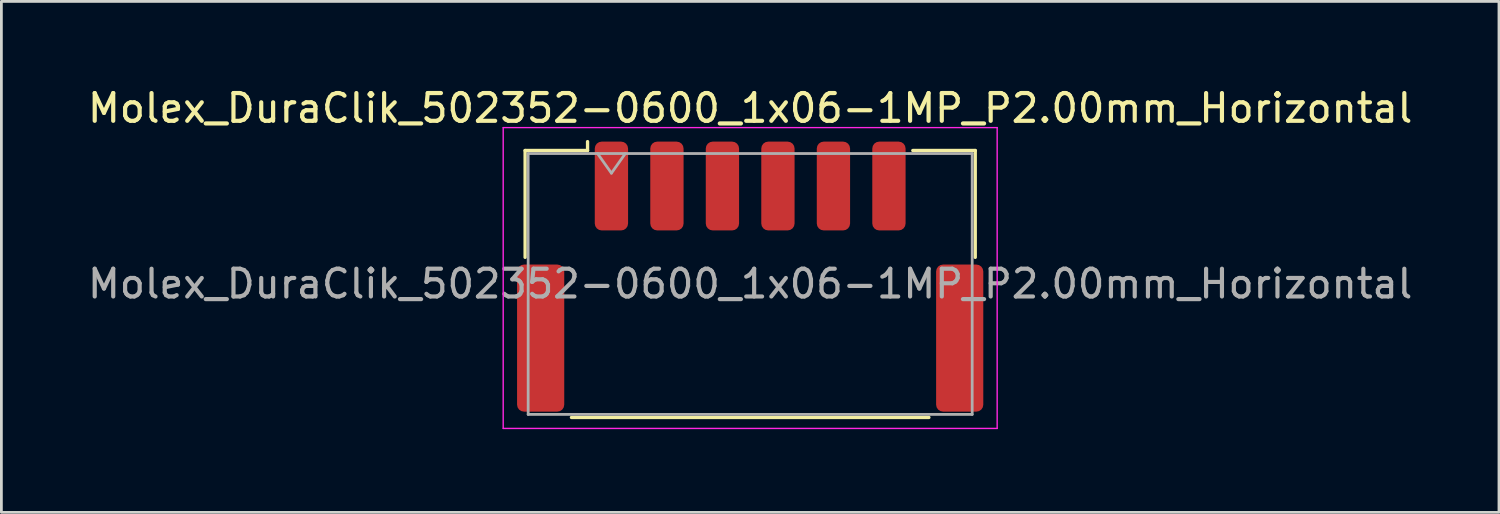
<source format=kicad_pcb>
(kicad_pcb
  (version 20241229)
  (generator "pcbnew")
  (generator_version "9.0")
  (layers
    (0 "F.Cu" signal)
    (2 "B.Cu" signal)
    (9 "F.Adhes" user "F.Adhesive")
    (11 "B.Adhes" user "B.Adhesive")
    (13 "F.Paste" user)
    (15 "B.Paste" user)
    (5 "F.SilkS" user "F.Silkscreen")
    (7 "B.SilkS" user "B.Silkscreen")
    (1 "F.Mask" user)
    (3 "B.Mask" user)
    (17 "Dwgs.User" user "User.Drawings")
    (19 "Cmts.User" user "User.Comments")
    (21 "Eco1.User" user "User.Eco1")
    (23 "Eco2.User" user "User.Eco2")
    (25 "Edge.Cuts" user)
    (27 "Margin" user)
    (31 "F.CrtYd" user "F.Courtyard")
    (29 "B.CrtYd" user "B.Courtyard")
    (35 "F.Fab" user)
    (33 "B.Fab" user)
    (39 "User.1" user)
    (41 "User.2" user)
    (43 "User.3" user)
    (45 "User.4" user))
  (footprint "Molex_DuraClik_502352-0600_1x06-1MP_P2.00mm_Horizontal"
    (layer "F.Cu")
    (at 23.982 6.918)
    (property "Reference" "Molex_DuraClik_502352-0600_1x06-1MP_P2.00mm_Horizontal" (at 0 -6.07 0) (layer "F.SilkS") (effects (font (size 1 1) (thickness 0.15))))
    (attr smd)
    (fp_line (start -8.11 -4.545) (end -5.86 -4.545) (stroke (width 0.12) (type solid)) (layer "F.SilkS"))
    (fp_line (start -8.11 -0.695) (end -8.11 -4.545) (stroke (width 0.12) (type solid)) (layer "F.SilkS"))
    (fp_line (start -6.44 5.075) (end 6.44 5.075) (stroke (width 0.12) (type solid)) (layer "F.SilkS"))
    (fp_line (start -5.86 -4.545) (end -5.86 -4.865) (stroke (width 0.12) (type solid)) (layer "F.SilkS"))
    (fp_line (start 8.11 -4.545) (end 5.86 -4.545) (stroke (width 0.12) (type solid)) (layer "F.SilkS"))
    (fp_line (start 8.11 -0.695) (end 8.11 -4.545) (stroke (width 0.12) (type solid)) (layer "F.SilkS"))
    (fp_line (start -8.9 -5.37) (end -8.9 5.47) (stroke (width 0.05) (type solid)) (layer "F.CrtYd"))
    (fp_line (start -8.9 5.47) (end 8.9 5.47) (stroke (width 0.05) (type solid)) (layer "F.CrtYd"))
    (fp_line (start 8.9 -5.37) (end -8.9 -5.37) (stroke (width 0.05) (type solid)) (layer "F.CrtYd"))
    (fp_line (start 8.9 5.47) (end 8.9 -5.37) (stroke (width 0.05) (type solid)) (layer "F.CrtYd"))
    (fp_line (start -8 -4.435) (end -8 4.965) (stroke (width 0.1) (type solid)) (layer "F.Fab"))
    (fp_line (start -8 -4.435) (end 8 -4.435) (stroke (width 0.1) (type solid)) (layer "F.Fab"))
    (fp_line (start -8 4.965) (end 8 4.965) (stroke (width 0.1) (type solid)) (layer "F.Fab"))
    (fp_line (start -5.5 -4.435) (end -5 -3.728) (stroke (width 0.1) (type solid)) (layer "F.Fab"))
    (fp_line (start -5 -3.728) (end -4.5 -4.435) (stroke (width 0.1) (type solid)) (layer "F.Fab"))
    (fp_line (start 8 -4.435) (end 8 4.965) (stroke (width 0.1) (type solid)) (layer "F.Fab"))
    (fp_text user "${REFERENCE}" (at 0 0.26 0) (layer "F.Fab") (effects (font (size 1 1) (thickness 0.15))))
    (pad "1" smd roundrect (at -5 -3.265) (size 1.2 3.2) (layers "F.Cu" "F.Mask" "F.Paste") (roundrect_rratio 0.208))
    (pad "2" smd roundrect (at -3 -3.265) (size 1.2 3.2) (layers "F.Cu" "F.Mask" "F.Paste") (roundrect_rratio 0.208))
    (pad "3" smd roundrect (at -1 -3.265) (size 1.2 3.2) (layers "F.Cu" "F.Mask" "F.Paste") (roundrect_rratio 0.208))
    (pad "4" smd roundrect (at 1 -3.265) (size 1.2 3.2) (layers "F.Cu" "F.Mask" "F.Paste") (roundrect_rratio 0.208))
    (pad "5" smd roundrect (at 3 -3.265) (size 1.2 3.2) (layers "F.Cu" "F.Mask" "F.Paste") (roundrect_rratio 0.208))
    (pad "6" smd roundrect (at 5 -3.265) (size 1.2 3.2) (layers "F.Cu" "F.Mask" "F.Paste") (roundrect_rratio 0.208))
    (pad "MP" smd roundrect (at -7.55 2.215) (size 1.7 5.3) (layers "F.Cu" "F.Mask" "F.Paste") (roundrect_rratio 0.147))
    (pad "MP" smd roundrect (at 7.55 2.215) (size 1.7 5.3) (layers "F.Cu" "F.Mask" "F.Paste") (roundrect_rratio 0.147)))
  (gr_rect
    (start -3 -3)
    (end 50.964 15.413)
    (stroke (width 0.1) (type default))
    (fill no)
    (layer "Edge.Cuts")))
</source>
